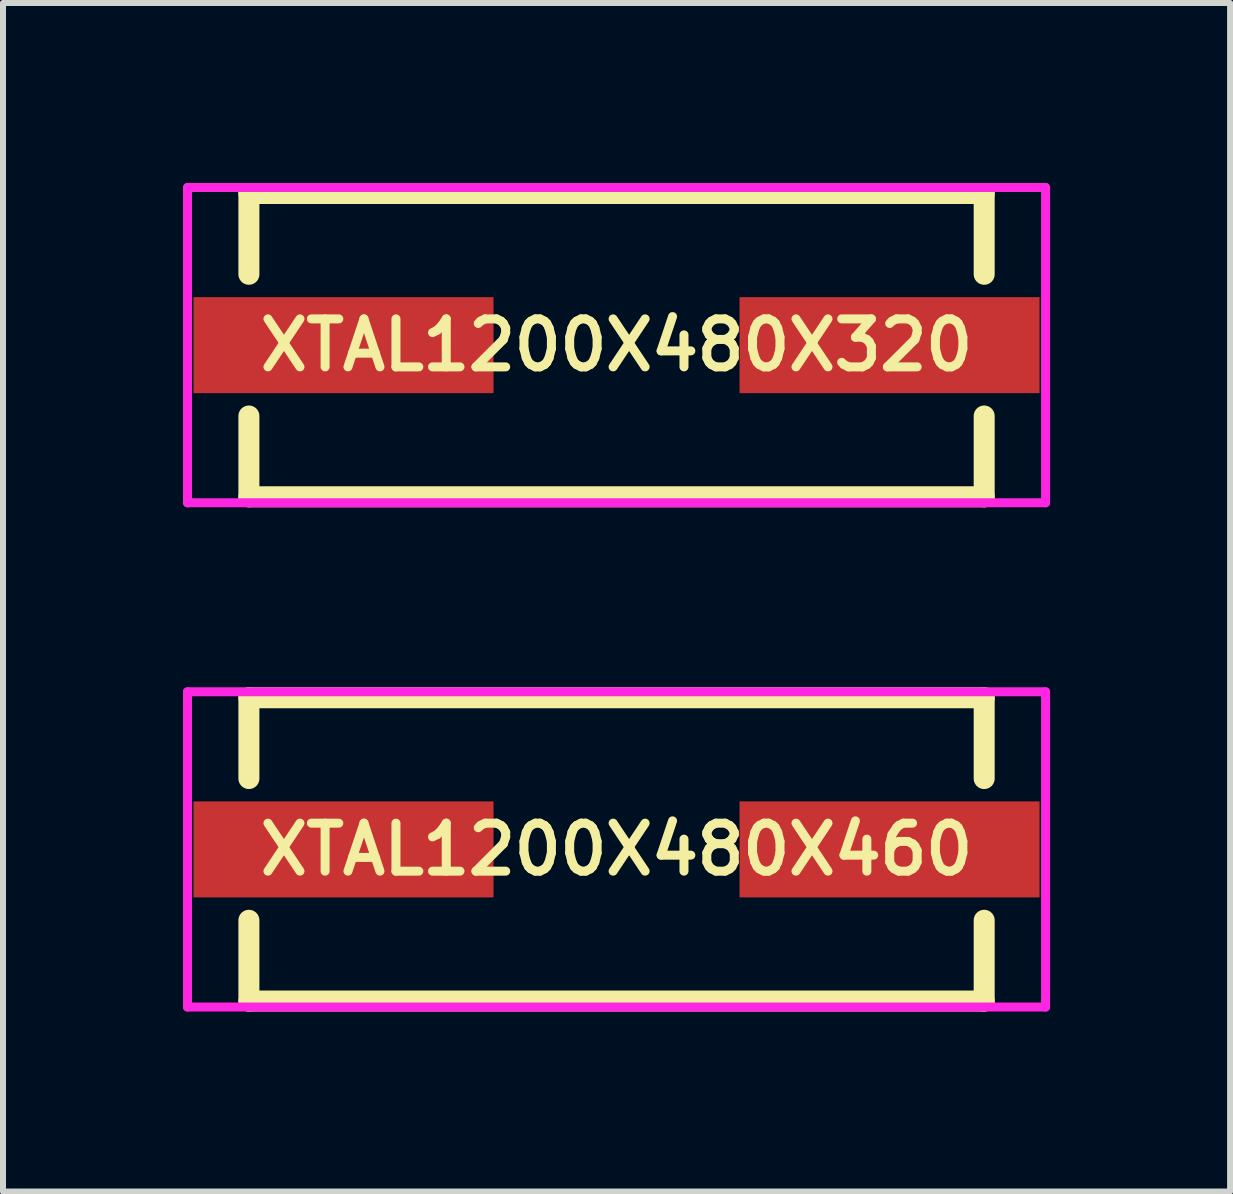
<source format=kicad_pcb>
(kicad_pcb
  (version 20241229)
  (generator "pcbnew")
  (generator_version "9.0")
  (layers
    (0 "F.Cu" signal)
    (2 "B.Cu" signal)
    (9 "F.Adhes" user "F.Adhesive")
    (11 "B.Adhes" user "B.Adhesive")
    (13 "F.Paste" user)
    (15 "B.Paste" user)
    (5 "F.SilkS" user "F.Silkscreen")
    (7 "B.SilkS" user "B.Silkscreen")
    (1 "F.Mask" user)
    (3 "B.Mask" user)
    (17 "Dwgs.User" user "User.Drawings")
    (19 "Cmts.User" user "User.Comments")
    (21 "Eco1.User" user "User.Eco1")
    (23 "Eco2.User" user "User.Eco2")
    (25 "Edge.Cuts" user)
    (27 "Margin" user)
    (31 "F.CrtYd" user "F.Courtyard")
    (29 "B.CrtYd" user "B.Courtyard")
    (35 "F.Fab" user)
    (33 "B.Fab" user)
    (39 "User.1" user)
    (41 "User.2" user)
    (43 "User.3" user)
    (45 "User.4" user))
  (footprint "XTAL1200X480X320"
    (layer "F.Cu")
    (at 7.225 2.702)
    (property "Reference" "XTAL1200X480X320" (at 0 0 0) (layer "F.SilkS") (effects (font (size 0.8 0.8) (thickness 0.15))))
    (attr through_hole)
    (fp_line (start -6.127 -2.527) (end 6.127 -2.527) (stroke (width 0.35) (type solid)) (layer "F.SilkS"))
    (fp_line (start -6.127 -1.181) (end -6.127 -2.527) (stroke (width 0.35) (type solid)) (layer "F.SilkS"))
    (fp_line (start -6.127 1.181) (end -6.127 2.527) (stroke (width 0.35) (type solid)) (layer "F.SilkS"))
    (fp_line (start -6.127 2.527) (end 6.127 2.527) (stroke (width 0.35) (type solid)) (layer "F.SilkS"))
    (fp_line (start 6.127 -2.527) (end 6.127 -1.181) (stroke (width 0.35) (type solid)) (layer "F.SilkS"))
    (fp_line (start 6.127 2.527) (end 6.127 1.181) (stroke (width 0.35) (type solid)) (layer "F.SilkS"))
    (fp_line (start -7.15 -2.627) (end 7.15 -2.627) (stroke (width 0.15) (type solid)) (layer "F.CrtYd"))
    (fp_line (start -7.15 2.627) (end -7.15 -2.627) (stroke (width 0.15) (type solid)) (layer "F.CrtYd"))
    (fp_line (start 7.15 -2.627) (end 7.15 2.627) (stroke (width 0.15) (type solid)) (layer "F.CrtYd"))
    (fp_line (start 7.15 2.627) (end -7.15 2.627) (stroke (width 0.15) (type solid)) (layer "F.CrtYd"))
    (pad "1" smd rect (at -4.55 0) (size 5 1.6) (layers "F.Cu" "F.Mask" "F.Paste"))
    (pad "2" smd rect (at 4.55 0) (size 5 1.6) (layers "F.Cu" "F.Mask" "F.Paste")))
  (footprint "XTAL1200X480X460"
    (layer "F.Cu")
    (at 7.225 11.106)
    (property "Reference" "XTAL1200X480X460" (at 0 0 0) (layer "F.SilkS") (effects (font (size 0.8 0.8) (thickness 0.15))))
    (attr smd)
    (fp_line (start -6.127 -2.527) (end 6.127 -2.527) (stroke (width 0.35) (type solid)) (layer "F.SilkS"))
    (fp_line (start -6.127 -1.181) (end -6.127 -2.527) (stroke (width 0.35) (type solid)) (layer "F.SilkS"))
    (fp_line (start -6.127 1.181) (end -6.127 2.527) (stroke (width 0.35) (type solid)) (layer "F.SilkS"))
    (fp_line (start -6.127 2.527) (end 6.127 2.527) (stroke (width 0.35) (type solid)) (layer "F.SilkS"))
    (fp_line (start 6.127 -2.527) (end 6.127 -1.181) (stroke (width 0.35) (type solid)) (layer "F.SilkS"))
    (fp_line (start 6.127 2.527) (end 6.127 1.181) (stroke (width 0.35) (type solid)) (layer "F.SilkS"))
    (fp_line (start -7.15 -2.627) (end 7.15 -2.627) (stroke (width 0.15) (type solid)) (layer "F.CrtYd"))
    (fp_line (start -7.15 2.627) (end -7.15 -2.627) (stroke (width 0.15) (type solid)) (layer "F.CrtYd"))
    (fp_line (start 7.15 -2.627) (end 7.15 2.627) (stroke (width 0.15) (type solid)) (layer "F.CrtYd"))
    (fp_line (start 7.15 2.627) (end -7.15 2.627) (stroke (width 0.15) (type solid)) (layer "F.CrtYd"))
    (pad "1" smd rect (at -4.55 0) (size 5 1.6) (layers "F.Cu" "F.Mask" "F.Paste"))
    (pad "2" smd rect (at 4.55 0) (size 5 1.6) (layers "F.Cu" "F.Mask" "F.Paste")))
  (gr_rect
    (start -3 -3)
    (end 17.45 16.808)
    (stroke (width 0.1) (type default))
    (fill no)
    (layer "Edge.Cuts")))
</source>
